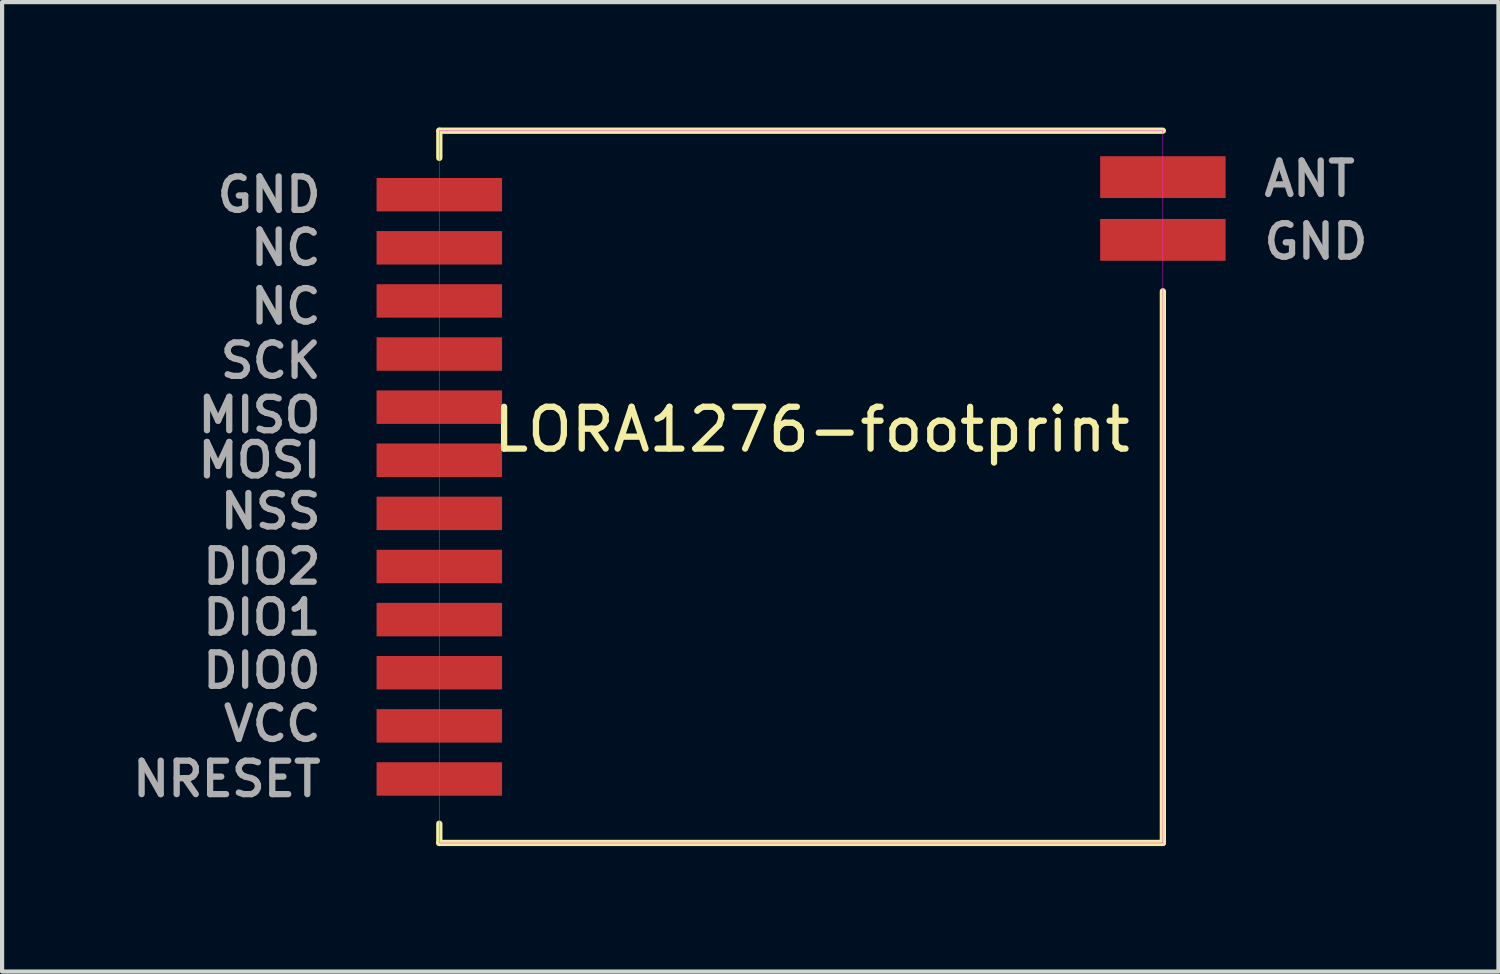
<source format=kicad_pcb>
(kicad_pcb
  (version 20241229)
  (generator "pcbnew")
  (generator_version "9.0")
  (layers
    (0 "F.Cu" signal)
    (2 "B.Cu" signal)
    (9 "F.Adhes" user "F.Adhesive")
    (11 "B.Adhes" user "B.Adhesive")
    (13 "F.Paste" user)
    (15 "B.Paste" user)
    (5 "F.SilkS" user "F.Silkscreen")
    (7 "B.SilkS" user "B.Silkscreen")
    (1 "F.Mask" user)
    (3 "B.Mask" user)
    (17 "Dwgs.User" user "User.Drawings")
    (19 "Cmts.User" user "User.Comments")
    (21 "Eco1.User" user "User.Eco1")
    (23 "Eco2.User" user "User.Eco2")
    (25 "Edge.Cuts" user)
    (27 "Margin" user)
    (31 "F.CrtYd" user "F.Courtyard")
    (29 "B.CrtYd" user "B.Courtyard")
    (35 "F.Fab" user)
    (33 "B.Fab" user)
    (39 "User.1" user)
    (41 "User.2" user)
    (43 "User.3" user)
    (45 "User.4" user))
  (footprint "LORA1276-footprint"
    (layer "F.Cu")
    (at 16.344 7.955)
    (property "Reference" "LORA1276-footprint" (at 0.016 -0.734 0) (layer "F.SilkS") (effects (font (size 1 1) (thickness 0.15))))
    (attr smd)
    (fp_line (start -8.89 -7.88) (end 8.41 -7.88) (stroke (width 0.15) (type solid)) (layer "F.SilkS"))
    (fp_line (start -8.89 -7.23) (end -8.89 -7.88) (stroke (width 0.15) (type solid)) (layer "F.SilkS"))
    (fp_line (start -8.89 9.15) (end -8.89 8.69) (stroke (width 0.15) (type solid)) (layer "F.SilkS"))
    (fp_line (start -8.89 9.15) (end 8.41 9.15) (stroke (width 0.15) (type solid)) (layer "F.SilkS"))
    (fp_line (start 8.41 9.15) (end 8.41 -4.04) (stroke (width 0.15) (type solid)) (layer "F.SilkS"))
    (fp_line (start -8.89 -7.88) (end 8.41 -7.88) (stroke (width 0.01) (type solid)) (layer "F.CrtYd"))
    (fp_line (start -8.89 9.144) (end -8.89 -7.874) (stroke (width 0.01) (type solid)) (layer "F.CrtYd"))
    (fp_line (start -8.89 9.15) (end 8.41 9.15) (stroke (width 0.01) (type solid)) (layer "F.CrtYd"))
    (fp_line (start 8.41 9.15) (end 8.41 -7.868) (stroke (width 0.01) (type solid)) (layer "F.CrtYd"))
    (fp_text user "GND" (at 12.07 -5.23 0) (layer "F.Fab") (effects (font (size 0.8 0.8) (thickness 0.15))))
    (fp_text user "VCC" (at -12.884 6.3 0) (layer "F.Fab") (effects (font (size 0.8 0.8) (thickness 0.15))))
    (fp_text user "DIO0" (at -13.132 5.03 0) (layer "F.Fab") (effects (font (size 0.8 0.8) (thickness 0.15))))
    (fp_text user "NRESET" (at -13.97 7.62 0) (layer "F.Fab") (effects (font (size 0.8 0.8) (thickness 0.15))))
    (fp_text user "MOSI" (at -13.189 0 0) (layer "F.Fab") (effects (font (size 0.8 0.8) (thickness 0.15))))
    (fp_text user "MISO" (at -13.189 -1.08 0) (layer "F.Fab") (effects (font (size 0.8 0.8) (thickness 0.15))))
    (fp_text user "NC" (at -12.56 -3.68 0) (layer "F.Fab") (effects (font (size 0.8 0.8) (thickness 0.15))))
    (fp_text user "NC" (at -12.56 -5.08 0) (layer "F.Fab") (effects (font (size 0.8 0.8) (thickness 0.15))))
    (fp_text user "ANT" (at 11.918 -6.73 0) (layer "F.Fab") (effects (font (size 0.8 0.8) (thickness 0.15))))
    (fp_text user "GND" (at -12.96 -6.35 0) (layer "F.Fab") (effects (font (size 0.8 0.8) (thickness 0.15))))
    (fp_text user "NSS" (at -12.922 1.22 0) (layer "F.Fab") (effects (font (size 0.8 0.8) (thickness 0.15))))
    (fp_text user "SCK" (at -12.922 -2.38 0) (layer "F.Fab") (effects (font (size 0.8 0.8) (thickness 0.15))))
    (fp_text user "DIO1" (at -13.132 3.76 0) (layer "F.Fab") (effects (font (size 0.8 0.8) (thickness 0.15))))
    (fp_text user "DIO2" (at -13.132 2.54 0) (layer "F.Fab") (effects (font (size 0.8 0.8) (thickness 0.15))))
    (pad "1" connect rect (at -8.89 -6.35) (size 3 0.8) (layers "F.Cu" "F.Mask"))
    (pad "2" connect rect (at -8.89 -5.08) (size 3 0.8) (layers "F.Cu" "F.Mask"))
    (pad "3" connect rect (at -8.89 -3.81) (size 3 0.8) (layers "F.Cu" "F.Mask"))
    (pad "4" connect rect (at -8.89 -2.54) (size 3 0.8) (layers "F.Cu" "F.Mask"))
    (pad "5" connect rect (at -8.89 -1.27) (size 3 0.8) (layers "F.Cu" "F.Mask"))
    (pad "6" connect rect (at -8.89 0) (size 3 0.8) (layers "F.Cu" "F.Mask"))
    (pad "7" connect rect (at -8.89 1.27) (size 3 0.8) (layers "F.Cu" "F.Mask"))
    (pad "8" connect rect (at -8.89 2.54) (size 3 0.8) (layers "F.Cu" "F.Mask"))
    (pad "9" connect rect (at -8.89 3.81) (size 3 0.8) (layers "F.Cu" "F.Mask"))
    (pad "10" connect rect (at -8.89 5.08) (size 3 0.8) (layers "F.Cu" "F.Mask"))
    (pad "11" connect rect (at -8.89 6.35) (size 3 0.8) (layers "F.Cu" "F.Mask"))
    (pad "12" connect rect (at -8.89 7.62) (size 3 0.8) (layers "F.Cu" "F.Mask"))
    (pad "13" connect rect (at 8.41 -5.27) (size 3 1) (layers "F.Cu" "F.Mask"))
    (pad "14" connect rect (at 8.41 -6.77) (size 3 1) (layers "F.Cu" "F.Mask")))
  (gr_rect
    (start -3 -3)
    (end 32.778 20.18)
    (stroke (width 0.1) (type default))
    (fill no)
    (layer "Edge.Cuts")))
</source>
